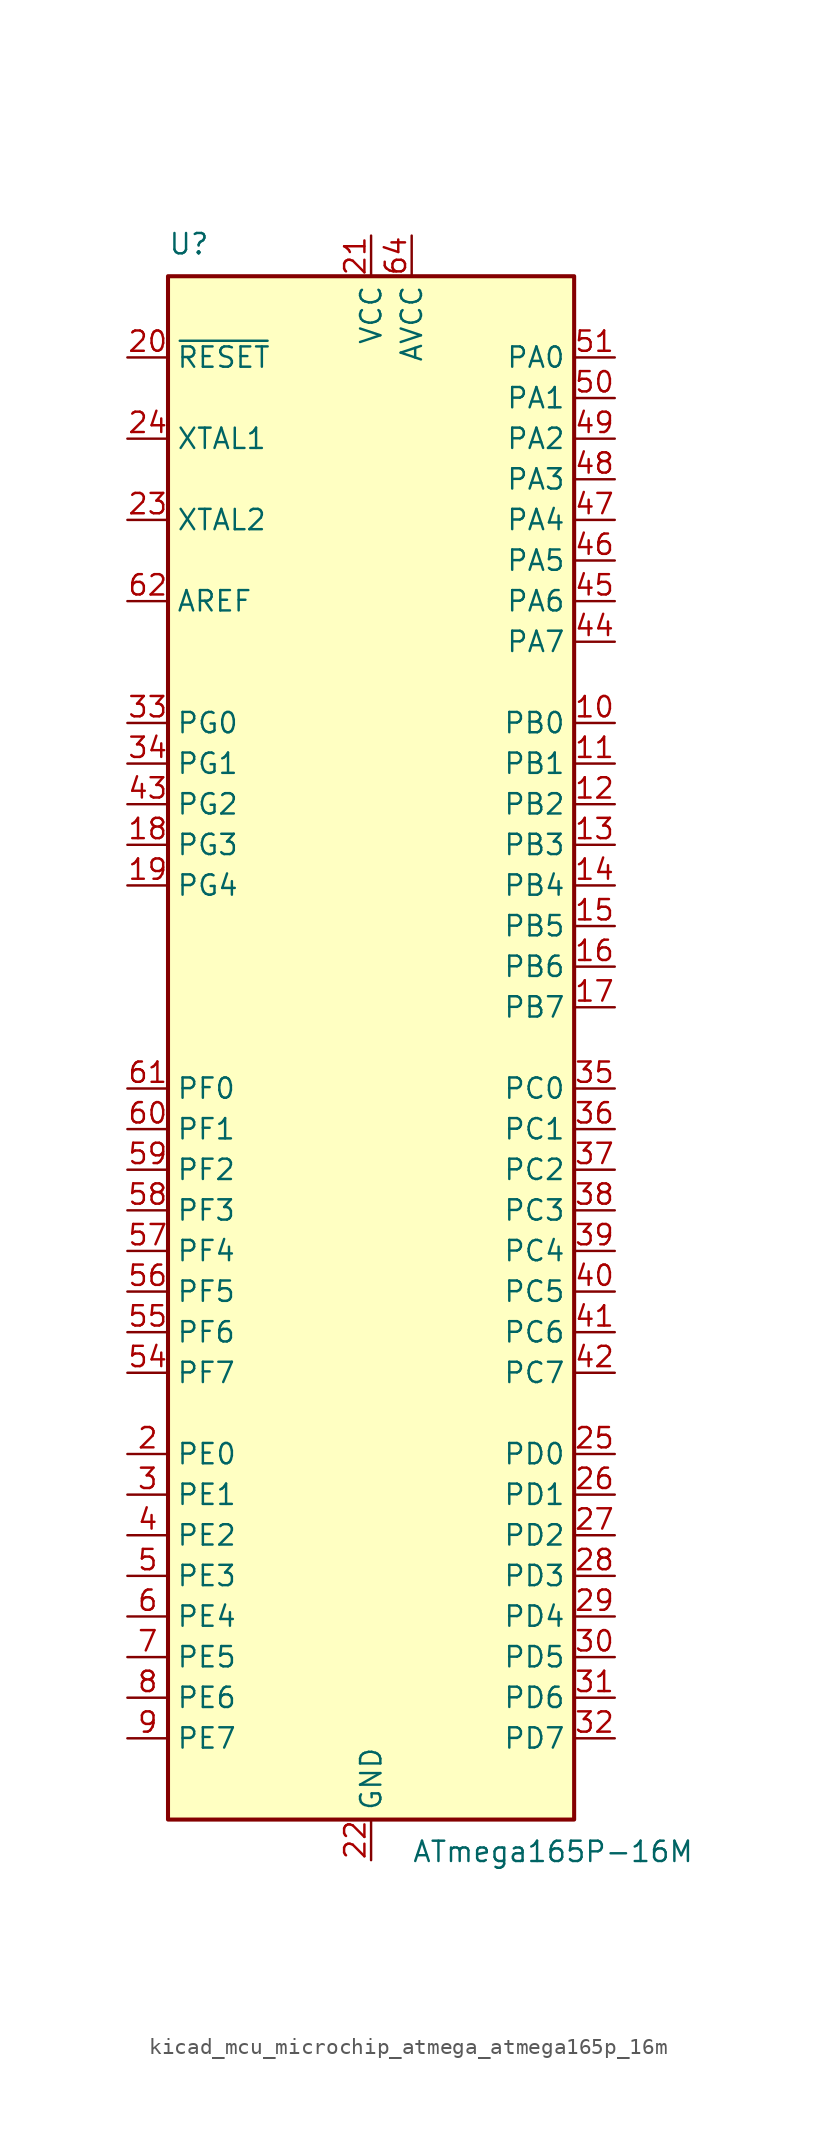
<source format=kicad_sym>
(kicad_symbol_lib
  (version 20220914)
  (generator kicad_symbol_editor)
  (symbol "kicad_mcu_microchip_atmega_atmega165p_16m"
    (property "Reference" "U"
      (at -12.7 49.53 0)
      (effects (font (size 1.27 1.27)) (justify left bottom)))
    (property "Value" "ATmega165P-16M"
      (at 2.54 -49.53 0)
      (effects (font (size 1.27 1.27)) (justify left top)))
    (symbol "kicad_mcu_microchip_atmega_atmega165p_16m_0_1"
      (rectangle (start -12.7 -48.26) (end 12.7 48.26) (stroke (width 0.254) (type default)) (fill (type background))))
    (symbol "kicad_mcu_microchip_atmega_atmega165p_16m_1_1"
      (pin no_connect line (at -12.7 -45.72 0) (length 2.54) hide (name "NC" (effects (font (size 1.27 1.27)))) (number "1" (effects (font (size 1.27 1.27)))))
      (pin bidirectional line (at 15.24 20.32 180) (length 2.54) (name "PB0" (effects (font (size 1.27 1.27)))) (number "10" (effects (font (size 1.27 1.27)))))
      (pin bidirectional line (at 15.24 17.78 180) (length 2.54) (name "PB1" (effects (font (size 1.27 1.27)))) (number "11" (effects (font (size 1.27 1.27)))))
      (pin bidirectional line (at 15.24 15.24 180) (length 2.54) (name "PB2" (effects (font (size 1.27 1.27)))) (number "12" (effects (font (size 1.27 1.27)))))
      (pin bidirectional line (at 15.24 12.7 180) (length 2.54) (name "PB3" (effects (font (size 1.27 1.27)))) (number "13" (effects (font (size 1.27 1.27)))))
      (pin bidirectional line (at 15.24 10.16 180) (length 2.54) (name "PB4" (effects (font (size 1.27 1.27)))) (number "14" (effects (font (size 1.27 1.27)))))
      (pin bidirectional line (at 15.24 7.62 180) (length 2.54) (name "PB5" (effects (font (size 1.27 1.27)))) (number "15" (effects (font (size 1.27 1.27)))))
      (pin bidirectional line (at 15.24 5.08 180) (length 2.54) (name "PB6" (effects (font (size 1.27 1.27)))) (number "16" (effects (font (size 1.27 1.27)))))
      (pin bidirectional line (at 15.24 2.54 180) (length 2.54) (name "PB7" (effects (font (size 1.27 1.27)))) (number "17" (effects (font (size 1.27 1.27)))))
      (pin bidirectional line (at -15.24 12.7 0) (length 2.54) (name "PG3" (effects (font (size 1.27 1.27)))) (number "18" (effects (font (size 1.27 1.27)))))
      (pin bidirectional line (at -15.24 10.16 0) (length 2.54) (name "PG4" (effects (font (size 1.27 1.27)))) (number "19" (effects (font (size 1.27 1.27)))))
      (pin bidirectional line (at -15.24 -25.4 0) (length 2.54) (name "PE0" (effects (font (size 1.27 1.27)))) (number "2" (effects (font (size 1.27 1.27)))))
      (pin input line (at -15.24 43.18 0) (length 2.54) (name "~{RESET}" (effects (font (size 1.27 1.27)))) (number "20" (effects (font (size 1.27 1.27)))))
      (pin power_in line (at 0 50.8 270) (length 2.54) (name "VCC" (effects (font (size 1.27 1.27)))) (number "21" (effects (font (size 1.27 1.27)))))
      (pin power_in line (at 0 -50.8 90) (length 2.54) (name "GND" (effects (font (size 1.27 1.27)))) (number "22" (effects (font (size 1.27 1.27)))))
      (pin output line (at -15.24 33.02 0) (length 2.54) (name "XTAL2" (effects (font (size 1.27 1.27)))) (number "23" (effects (font (size 1.27 1.27)))))
      (pin input line (at -15.24 38.1 0) (length 2.54) (name "XTAL1" (effects (font (size 1.27 1.27)))) (number "24" (effects (font (size 1.27 1.27)))))
      (pin bidirectional line (at 15.24 -25.4 180) (length 2.54) (name "PD0" (effects (font (size 1.27 1.27)))) (number "25" (effects (font (size 1.27 1.27)))))
      (pin bidirectional line (at 15.24 -27.94 180) (length 2.54) (name "PD1" (effects (font (size 1.27 1.27)))) (number "26" (effects (font (size 1.27 1.27)))))
      (pin bidirectional line (at 15.24 -30.48 180) (length 2.54) (name "PD2" (effects (font (size 1.27 1.27)))) (number "27" (effects (font (size 1.27 1.27)))))
      (pin bidirectional line (at 15.24 -33.02 180) (length 2.54) (name "PD3" (effects (font (size 1.27 1.27)))) (number "28" (effects (font (size 1.27 1.27)))))
      (pin bidirectional line (at 15.24 -35.56 180) (length 2.54) (name "PD4" (effects (font (size 1.27 1.27)))) (number "29" (effects (font (size 1.27 1.27)))))
      (pin bidirectional line (at -15.24 -27.94 0) (length 2.54) (name "PE1" (effects (font (size 1.27 1.27)))) (number "3" (effects (font (size 1.27 1.27)))))
      (pin bidirectional line (at 15.24 -38.1 180) (length 2.54) (name "PD5" (effects (font (size 1.27 1.27)))) (number "30" (effects (font (size 1.27 1.27)))))
      (pin bidirectional line (at 15.24 -40.64 180) (length 2.54) (name "PD6" (effects (font (size 1.27 1.27)))) (number "31" (effects (font (size 1.27 1.27)))))
      (pin bidirectional line (at 15.24 -43.18 180) (length 2.54) (name "PD7" (effects (font (size 1.27 1.27)))) (number "32" (effects (font (size 1.27 1.27)))))
      (pin bidirectional line (at -15.24 20.32 0) (length 2.54) (name "PG0" (effects (font (size 1.27 1.27)))) (number "33" (effects (font (size 1.27 1.27)))))
      (pin bidirectional line (at -15.24 17.78 0) (length 2.54) (name "PG1" (effects (font (size 1.27 1.27)))) (number "34" (effects (font (size 1.27 1.27)))))
      (pin bidirectional line (at 15.24 -2.54 180) (length 2.54) (name "PC0" (effects (font (size 1.27 1.27)))) (number "35" (effects (font (size 1.27 1.27)))))
      (pin bidirectional line (at 15.24 -5.08 180) (length 2.54) (name "PC1" (effects (font (size 1.27 1.27)))) (number "36" (effects (font (size 1.27 1.27)))))
      (pin bidirectional line (at 15.24 -7.62 180) (length 2.54) (name "PC2" (effects (font (size 1.27 1.27)))) (number "37" (effects (font (size 1.27 1.27)))))
      (pin bidirectional line (at 15.24 -10.16 180) (length 2.54) (name "PC3" (effects (font (size 1.27 1.27)))) (number "38" (effects (font (size 1.27 1.27)))))
      (pin bidirectional line (at 15.24 -12.7 180) (length 2.54) (name "PC4" (effects (font (size 1.27 1.27)))) (number "39" (effects (font (size 1.27 1.27)))))
      (pin bidirectional line (at -15.24 -30.48 0) (length 2.54) (name "PE2" (effects (font (size 1.27 1.27)))) (number "4" (effects (font (size 1.27 1.27)))))
      (pin bidirectional line (at 15.24 -15.24 180) (length 2.54) (name "PC5" (effects (font (size 1.27 1.27)))) (number "40" (effects (font (size 1.27 1.27)))))
      (pin bidirectional line (at 15.24 -17.78 180) (length 2.54) (name "PC6" (effects (font (size 1.27 1.27)))) (number "41" (effects (font (size 1.27 1.27)))))
      (pin bidirectional line (at 15.24 -20.32 180) (length 2.54) (name "PC7" (effects (font (size 1.27 1.27)))) (number "42" (effects (font (size 1.27 1.27)))))
      (pin bidirectional line (at -15.24 15.24 0) (length 2.54) (name "PG2" (effects (font (size 1.27 1.27)))) (number "43" (effects (font (size 1.27 1.27)))))
      (pin bidirectional line (at 15.24 25.4 180) (length 2.54) (name "PA7" (effects (font (size 1.27 1.27)))) (number "44" (effects (font (size 1.27 1.27)))))
      (pin bidirectional line (at 15.24 27.94 180) (length 2.54) (name "PA6" (effects (font (size 1.27 1.27)))) (number "45" (effects (font (size 1.27 1.27)))))
      (pin bidirectional line (at 15.24 30.48 180) (length 2.54) (name "PA5" (effects (font (size 1.27 1.27)))) (number "46" (effects (font (size 1.27 1.27)))))
      (pin bidirectional line (at 15.24 33.02 180) (length 2.54) (name "PA4" (effects (font (size 1.27 1.27)))) (number "47" (effects (font (size 1.27 1.27)))))
      (pin bidirectional line (at 15.24 35.56 180) (length 2.54) (name "PA3" (effects (font (size 1.27 1.27)))) (number "48" (effects (font (size 1.27 1.27)))))
      (pin bidirectional line (at 15.24 38.1 180) (length 2.54) (name "PA2" (effects (font (size 1.27 1.27)))) (number "49" (effects (font (size 1.27 1.27)))))
      (pin bidirectional line (at -15.24 -33.02 0) (length 2.54) (name "PE3" (effects (font (size 1.27 1.27)))) (number "5" (effects (font (size 1.27 1.27)))))
      (pin bidirectional line (at 15.24 40.64 180) (length 2.54) (name "PA1" (effects (font (size 1.27 1.27)))) (number "50" (effects (font (size 1.27 1.27)))))
      (pin bidirectional line (at 15.24 43.18 180) (length 2.54) (name "PA0" (effects (font (size 1.27 1.27)))) (number "51" (effects (font (size 1.27 1.27)))))
      (pin passive line (at 0 50.8 270) (length 2.54) hide (name "VCC" (effects (font (size 1.27 1.27)))) (number "52" (effects (font (size 1.27 1.27)))))
      (pin passive line (at 0 -50.8 90) (length 2.54) hide (name "GND" (effects (font (size 1.27 1.27)))) (number "53" (effects (font (size 1.27 1.27)))))
      (pin bidirectional line (at -15.24 -20.32 0) (length 2.54) (name "PF7" (effects (font (size 1.27 1.27)))) (number "54" (effects (font (size 1.27 1.27)))))
      (pin bidirectional line (at -15.24 -17.78 0) (length 2.54) (name "PF6" (effects (font (size 1.27 1.27)))) (number "55" (effects (font (size 1.27 1.27)))))
      (pin bidirectional line (at -15.24 -15.24 0) (length 2.54) (name "PF5" (effects (font (size 1.27 1.27)))) (number "56" (effects (font (size 1.27 1.27)))))
      (pin bidirectional line (at -15.24 -12.7 0) (length 2.54) (name "PF4" (effects (font (size 1.27 1.27)))) (number "57" (effects (font (size 1.27 1.27)))))
      (pin bidirectional line (at -15.24 -10.16 0) (length 2.54) (name "PF3" (effects (font (size 1.27 1.27)))) (number "58" (effects (font (size 1.27 1.27)))))
      (pin bidirectional line (at -15.24 -7.62 0) (length 2.54) (name "PF2" (effects (font (size 1.27 1.27)))) (number "59" (effects (font (size 1.27 1.27)))))
      (pin bidirectional line (at -15.24 -35.56 0) (length 2.54) (name "PE4" (effects (font (size 1.27 1.27)))) (number "6" (effects (font (size 1.27 1.27)))))
      (pin bidirectional line (at -15.24 -5.08 0) (length 2.54) (name "PF1" (effects (font (size 1.27 1.27)))) (number "60" (effects (font (size 1.27 1.27)))))
      (pin bidirectional line (at -15.24 -2.54 0) (length 2.54) (name "PF0" (effects (font (size 1.27 1.27)))) (number "61" (effects (font (size 1.27 1.27)))))
      (pin passive line (at -15.24 27.94 0) (length 2.54) (name "AREF" (effects (font (size 1.27 1.27)))) (number "62" (effects (font (size 1.27 1.27)))))
      (pin passive line (at 0 -50.8 90) (length 2.54) hide (name "GND" (effects (font (size 1.27 1.27)))) (number "63" (effects (font (size 1.27 1.27)))))
      (pin power_in line (at 2.54 50.8 270) (length 2.54) (name "AVCC" (effects (font (size 1.27 1.27)))) (number "64" (effects (font (size 1.27 1.27)))))
      (pin passive line (at 0 -50.8 90) (length 2.54) hide (name "GND" (effects (font (size 1.27 1.27)))) (number "65" (effects (font (size 1.27 1.27)))))
      (pin bidirectional line (at -15.24 -38.1 0) (length 2.54) (name "PE5" (effects (font (size 1.27 1.27)))) (number "7" (effects (font (size 1.27 1.27)))))
      (pin bidirectional line (at -15.24 -40.64 0) (length 2.54) (name "PE6" (effects (font (size 1.27 1.27)))) (number "8" (effects (font (size 1.27 1.27)))))
      (pin bidirectional line (at -15.24 -43.18 0) (length 2.54) (name "PE7" (effects (font (size 1.27 1.27)))) (number "9" (effects (font (size 1.27 1.27))))))))
</source>
